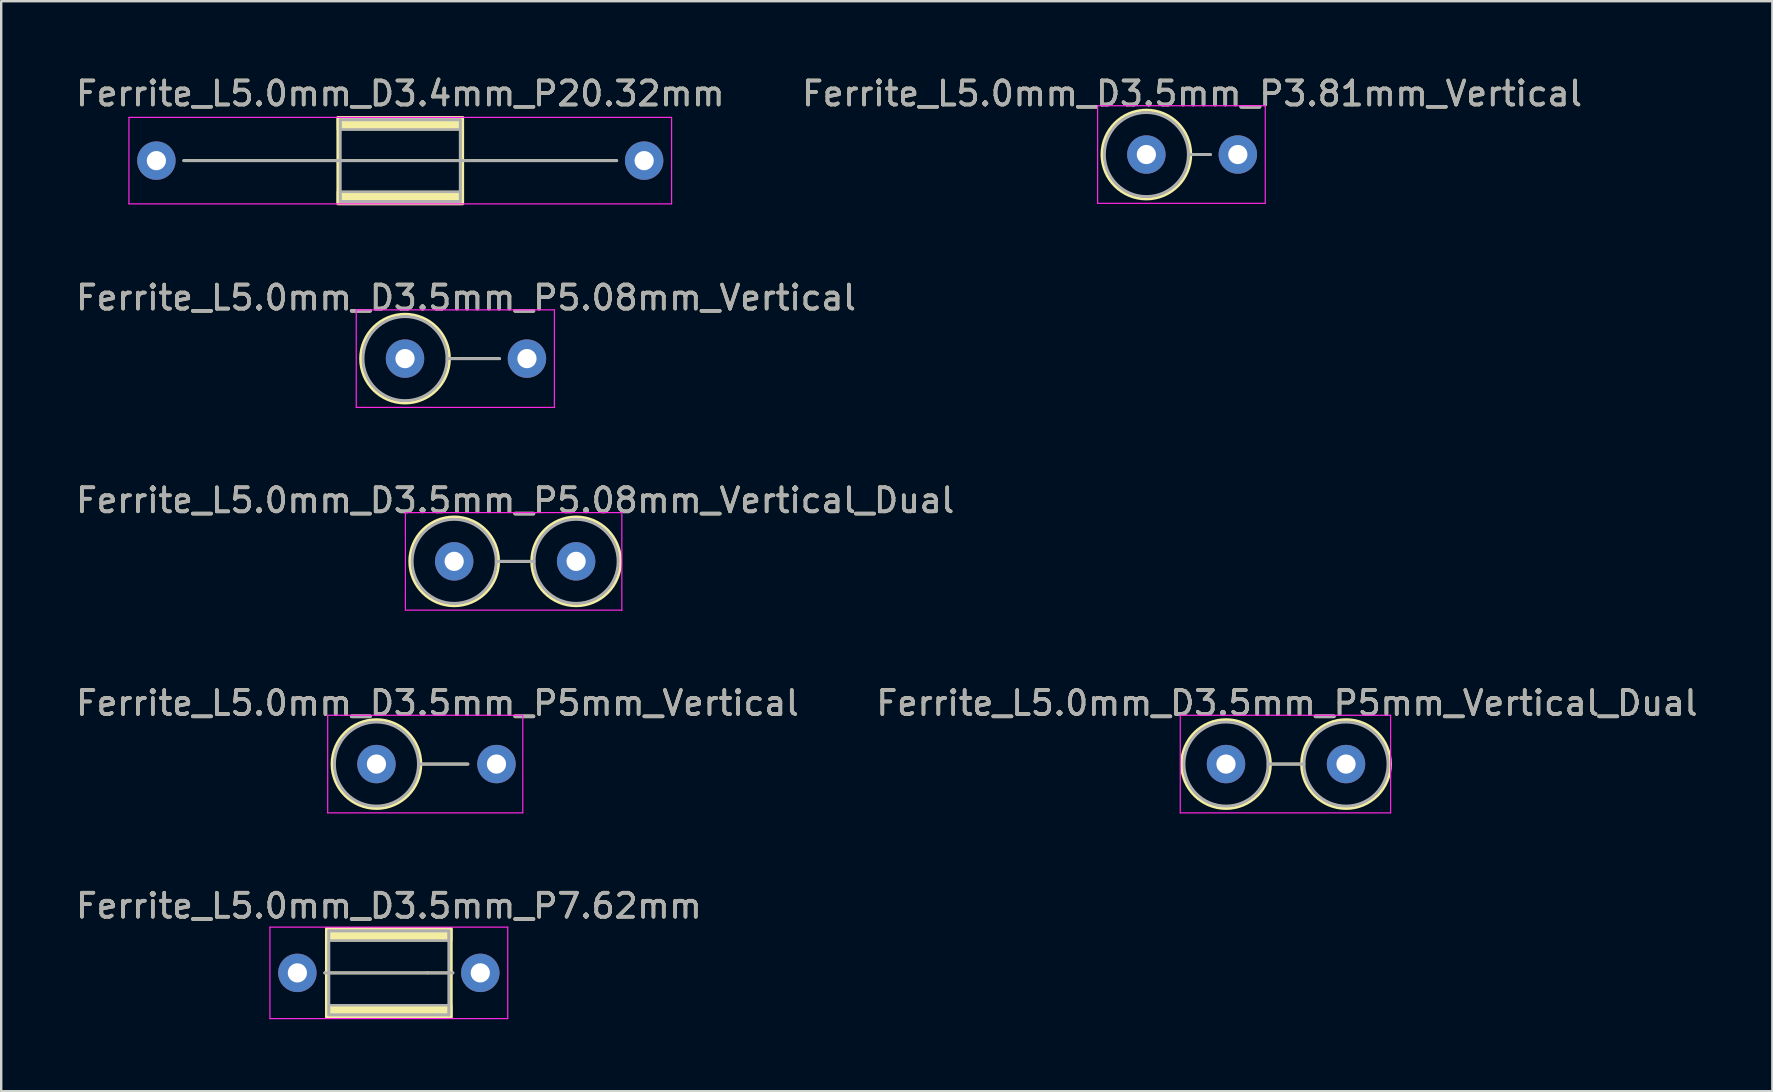
<source format=kicad_pcb>
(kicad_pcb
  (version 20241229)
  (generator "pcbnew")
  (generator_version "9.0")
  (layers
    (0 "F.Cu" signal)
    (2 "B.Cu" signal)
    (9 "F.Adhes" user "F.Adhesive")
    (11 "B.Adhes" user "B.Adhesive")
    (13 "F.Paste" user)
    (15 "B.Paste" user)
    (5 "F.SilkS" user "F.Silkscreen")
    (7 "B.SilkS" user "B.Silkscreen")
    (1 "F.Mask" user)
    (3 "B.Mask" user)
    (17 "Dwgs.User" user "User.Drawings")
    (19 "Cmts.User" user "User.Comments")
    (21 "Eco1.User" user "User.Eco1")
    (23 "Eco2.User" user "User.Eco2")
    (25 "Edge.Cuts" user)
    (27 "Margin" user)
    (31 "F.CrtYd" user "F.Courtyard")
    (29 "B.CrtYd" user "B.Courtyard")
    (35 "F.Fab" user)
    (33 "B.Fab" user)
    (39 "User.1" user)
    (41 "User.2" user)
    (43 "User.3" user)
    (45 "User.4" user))
  (footprint "Ferrite_L5.0mm_D3.5mm_P7.62mm"
    (layer "F.Cu")
    (at 9.339 37.48)
    (property "Reference" "Ferrite_L5.0mm_D3.5mm_P7.62mm" (at 3.81 -2.794 0) (layer "F.SilkS") (effects (font (size 1 1) (thickness 0.15))))
    (fp_line (start 5.424 0.000002) (end 1.143 0) (stroke (width 0.12) (type solid)) (layer "F.SilkS"))
    (fp_line (start 5.424 0.000002) (end 6.477 0) (stroke (width 0.12) (type solid)) (layer "F.SilkS"))
    (fp_rect (start 1.21 -1.85) (end 6.41 1.85) (stroke (width 0.12) (type solid)) (fill no) (layer "F.SilkS"))
    (fp_poly (pts (xy 1.21 1.35) (xy 6.41 1.35) (xy 6.41 1.85) (xy 1.21 1.85)) (stroke (width 0.1) (type solid)) (fill yes) (layer "F.SilkS"))
    (fp_poly (pts (xy 6.41 -1.35) (xy 1.21 -1.35) (xy 1.21 -1.85) (xy 6.41 -1.85)) (stroke (width 0.1) (type solid)) (fill yes) (layer "F.SilkS"))
    (fp_line (start -1.143 -1.905) (end 8.763 -1.905) (stroke (width 0.05) (type solid)) (layer "F.CrtYd"))
    (fp_line (start -1.143 1.905) (end -1.143 -1.905) (stroke (width 0.05) (type solid)) (layer "F.CrtYd"))
    (fp_line (start 8.763 -1.905) (end 8.763 1.905) (stroke (width 0.05) (type solid)) (layer "F.CrtYd"))
    (fp_line (start 8.763 1.905) (end -1.143 1.905) (stroke (width 0.05) (type solid)) (layer "F.CrtYd"))
    (fp_line (start 1.31 -1.75) (end 6.31 -1.75) (stroke (width 0.12) (type solid)) (layer "F.Fab"))
    (fp_line (start 1.31 1.75) (end 1.31 -1.75) (stroke (width 0.12) (type solid)) (layer "F.Fab"))
    (fp_line (start 5.297 0.000002) (end 1.143 0) (stroke (width 0.12) (type solid)) (layer "F.Fab"))
    (fp_line (start 5.334 0) (end 6.477 0) (stroke (width 0.12) (type solid)) (layer "F.Fab"))
    (fp_line (start 6.31 -1.75) (end 6.31 1.75) (stroke (width 0.12) (type solid)) (layer "F.Fab"))
    (fp_line (start 6.31 1.75) (end 1.31 1.75) (stroke (width 0.12) (type solid)) (layer "F.Fab"))
    (fp_poly (pts (xy 1.31 1.35) (xy 6.31 1.35) (xy 6.31 1.75) (xy 1.31 1.75)) (stroke (width 0.1) (type solid)) (fill no) (layer "F.Fab"))
    (fp_poly (pts (xy 6.31 -1.35) (xy 1.31 -1.35) (xy 1.31 -1.75) (xy 6.31 -1.75)) (stroke (width 0.1) (type solid)) (fill no) (layer "F.Fab"))
    (fp_text user "${REFERENCE}" (at 3.81 -2.793 0) (layer "F.Fab") (effects (font (size 1 1) (thickness 0.15))))
    (pad "1" thru_hole circle (at 0 0) (size 1.6 1.6) (drill 0.8) (layers "*.Cu" "*.Mask"))
    (pad "2" thru_hole circle (at 7.62 0) (size 1.6 1.6) (drill 0.8) (layers "*.Cu" "*.Mask")))
  (footprint "Ferrite_L5.0mm_D3.5mm_P5.08mm_Vertical_Dual"
    (layer "F.Cu")
    (at 15.871 20.336)
    (property "Reference" "Ferrite_L5.0mm_D3.5mm_P5.08mm_Vertical_Dual" (at 2.54 -2.54 0) (layer "F.SilkS") (effects (font (size 1 1) (thickness 0.15))))
    (fp_line (start 1.85 0) (end 3.23 0) (stroke (width 0.12) (type solid)) (layer "F.SilkS"))
    (fp_circle (center 0 0) (end 0 -1.85) (stroke (width 0.12) (type solid)) (fill no) (layer "F.SilkS"))
    (fp_circle (center 5.08 0) (end 5.08 -1.85) (stroke (width 0.12) (type solid)) (fill no) (layer "F.SilkS"))
    (fp_line (start -2.032 -2.032) (end 6.985 -2.032) (stroke (width 0.05) (type solid)) (layer "F.CrtYd"))
    (fp_line (start -2.032 2.032) (end -2.032 -2.032) (stroke (width 0.05) (type solid)) (layer "F.CrtYd"))
    (fp_line (start 6.985 -2.032) (end 6.985 2.032) (stroke (width 0.05) (type solid)) (layer "F.CrtYd"))
    (fp_line (start 6.985 2.032) (end -2.032 2.032) (stroke (width 0.05) (type solid)) (layer "F.CrtYd"))
    (fp_line (start 1.75 0) (end 3.33 0) (stroke (width 0.12) (type solid)) (layer "F.Fab"))
    (fp_circle (center 0 0) (end 0 -1.75) (stroke (width 0.12) (type solid)) (fill no) (layer "F.Fab"))
    (fp_circle (center 5.08 0) (end 5.08 -1.75) (stroke (width 0.12) (type solid)) (fill no) (layer "F.Fab"))
    (fp_text user "${REFERENCE}" (at 2.54 -2.539 0) (layer "F.Fab") (effects (font (size 1 1) (thickness 0.15))))
    (pad "1" thru_hole circle (at 0 0) (size 1.6 1.6) (drill 0.8) (layers "*.Cu" "*.Mask"))
    (pad "2" thru_hole circle (at 5.08 0) (size 1.6 1.6) (drill 0.8) (layers "*.Cu" "*.Mask")))
  (footprint "Ferrite_L5.0mm_D3.4mm_P20.32mm"
    (layer "F.Cu")
    (at 3.465 3.642)
    (property "Reference" "Ferrite_L5.0mm_D3.4mm_P20.32mm" (at 10.16 -2.794 0) (layer "F.SilkS") (effects (font (size 1 1) (thickness 0.15))))
    (fp_line (start 11.774 0.000002) (end 1.143 0) (stroke (width 0.12) (type solid)) (layer "F.SilkS"))
    (fp_line (start 11.774 0.000002) (end 19.177 0) (stroke (width 0.12) (type solid)) (layer "F.SilkS"))
    (fp_rect (start 7.56 -1.8) (end 12.76 1.8) (stroke (width 0.12) (type solid)) (fill no) (layer "F.SilkS"))
    (fp_poly (pts (xy 7.56 1.3) (xy 12.76 1.3) (xy 12.76 1.8) (xy 7.56 1.8)) (stroke (width 0.1) (type solid)) (fill yes) (layer "F.SilkS"))
    (fp_poly (pts (xy 12.76 -1.3) (xy 7.56 -1.3) (xy 7.56 -1.8) (xy 12.76 -1.8)) (stroke (width 0.1) (type solid)) (fill yes) (layer "F.SilkS"))
    (fp_line (start -1.143 -1.8) (end 21.463 -1.8) (stroke (width 0.05) (type solid)) (layer "F.CrtYd"))
    (fp_line (start -1.143 1.8) (end -1.143 -1.8) (stroke (width 0.05) (type solid)) (layer "F.CrtYd"))
    (fp_line (start 21.463 -1.8) (end 21.463 1.8) (stroke (width 0.05) (type solid)) (layer "F.CrtYd"))
    (fp_line (start 21.463 1.8) (end -1.143 1.8) (stroke (width 0.05) (type solid)) (layer "F.CrtYd"))
    (fp_line (start 7.66 -1.7) (end 12.66 -1.7) (stroke (width 0.12) (type solid)) (layer "F.Fab"))
    (fp_line (start 7.66 1.7) (end 7.66 -1.7) (stroke (width 0.12) (type solid)) (layer "F.Fab"))
    (fp_line (start 11.774 0.000002) (end 1.143 0) (stroke (width 0.12) (type solid)) (layer "F.Fab"))
    (fp_line (start 11.774 0.000002) (end 19.177 0) (stroke (width 0.12) (type solid)) (layer "F.Fab"))
    (fp_line (start 12.66 -1.7) (end 12.66 1.7) (stroke (width 0.12) (type solid)) (layer "F.Fab"))
    (fp_line (start 12.66 1.7) (end 7.66 1.7) (stroke (width 0.12) (type solid)) (layer "F.Fab"))
    (fp_poly (pts (xy 7.66 1.3) (xy 12.66 1.3) (xy 12.66 1.7) (xy 7.66 1.7)) (stroke (width 0.1) (type solid)) (fill no) (layer "F.Fab"))
    (fp_poly (pts (xy 12.66 -1.3) (xy 7.66 -1.3) (xy 7.66 -1.7) (xy 12.66 -1.7)) (stroke (width 0.1) (type solid)) (fill no) (layer "F.Fab"))
    (fp_text user "${REFERENCE}" (at 10.16 -2.793 0) (layer "F.Fab") (effects (font (size 1 1) (thickness 0.15))))
    (pad "1" thru_hole circle (at 0 0) (size 1.6 1.6) (drill 0.8) (layers "*.Cu" "*.Mask"))
    (pad "2" thru_hole circle (at 20.32 0) (size 1.6 1.6) (drill 0.8) (layers "*.Cu" "*.Mask")))
  (footprint "Ferrite_L5.0mm_D3.5mm_P5.08mm_Vertical"
    (layer "F.Cu")
    (at 13.823 11.89)
    (property "Reference" "Ferrite_L5.0mm_D3.5mm_P5.08mm_Vertical" (at 2.54 -2.54 0) (layer "F.SilkS") (effects (font (size 1 1) (thickness 0.15))))
    (fp_line (start 1.85 0) (end 3.937 0) (stroke (width 0.12) (type solid)) (layer "F.SilkS"))
    (fp_circle (center 0 0) (end 0 -1.85) (stroke (width 0.12) (type solid)) (fill no) (layer "F.SilkS"))
    (fp_line (start -2.032 -2.032) (end 6.223 -2.032) (stroke (width 0.05) (type solid)) (layer "F.CrtYd"))
    (fp_line (start -2.032 2.032) (end -2.032 -2.032) (stroke (width 0.05) (type solid)) (layer "F.CrtYd"))
    (fp_line (start 6.223 -2.032) (end 6.223 2.032) (stroke (width 0.05) (type solid)) (layer "F.CrtYd"))
    (fp_line (start 6.223 2.032) (end -2.032 2.032) (stroke (width 0.05) (type solid)) (layer "F.CrtYd"))
    (fp_line (start 1.75 0) (end 3.937 0) (stroke (width 0.12) (type solid)) (layer "F.Fab"))
    (fp_circle (center 0 0) (end 0 -1.75) (stroke (width 0.12) (type solid)) (fill no) (layer "F.Fab"))
    (fp_text user "${REFERENCE}" (at 2.54 -2.539 0) (layer "F.Fab") (effects (font (size 1 1) (thickness 0.15))))
    (pad "1" thru_hole circle (at 0 0) (size 1.6 1.6) (drill 0.8) (layers "*.Cu" "*.Mask"))
    (pad "2" thru_hole circle (at 5.08 0) (size 1.6 1.6) (drill 0.8) (layers "*.Cu" "*.Mask")))
  (footprint "Ferrite_L5.0mm_D3.5mm_P5mm_Vertical_Dual"
    (layer "F.Cu")
    (at 48.025 28.781)
    (property "Reference" "Ferrite_L5.0mm_D3.5mm_P5mm_Vertical_Dual" (at 2.54 -2.54 0) (layer "F.SilkS") (effects (font (size 1 1) (thickness 0.15))))
    (fp_line (start 1.85 0) (end 3.15 0) (stroke (width 0.12) (type solid)) (layer "F.SilkS"))
    (fp_circle (center 0 0) (end 0 -1.85) (stroke (width 0.12) (type solid)) (fill no) (layer "F.SilkS"))
    (fp_circle (center 5 0) (end 5 -1.85) (stroke (width 0.12) (type solid)) (fill no) (layer "F.SilkS"))
    (fp_line (start -1.905 -2.032) (end 6.858 -2.032) (stroke (width 0.05) (type solid)) (layer "F.CrtYd"))
    (fp_line (start -1.905 2.032) (end -1.905 -2.032) (stroke (width 0.05) (type solid)) (layer "F.CrtYd"))
    (fp_line (start 6.858 -2.032) (end 6.858 2.032) (stroke (width 0.05) (type solid)) (layer "F.CrtYd"))
    (fp_line (start 6.858 2.032) (end -1.905 2.032) (stroke (width 0.05) (type solid)) (layer "F.CrtYd"))
    (fp_line (start 1.75 0) (end 3.25 0) (stroke (width 0.12) (type solid)) (layer "F.Fab"))
    (fp_circle (center 0 0) (end 0 -1.75) (stroke (width 0.12) (type solid)) (fill no) (layer "F.Fab"))
    (fp_circle (center 5 0) (end 5 -1.75) (stroke (width 0.12) (type solid)) (fill no) (layer "F.Fab"))
    (fp_text user "${REFERENCE}" (at 2.54 -2.539 0) (layer "F.Fab") (effects (font (size 1 1) (thickness 0.15))))
    (pad "1" thru_hole circle (at 0 0) (size 1.6 1.6) (drill 0.8) (layers "*.Cu" "*.Mask"))
    (pad "2" thru_hole circle (at 5 0) (size 1.6 1.6) (drill 0.8) (layers "*.Cu" "*.Mask")))
  (footprint "Ferrite_L5.0mm_D3.5mm_P3.81mm_Vertical"
    (layer "F.Cu")
    (at 44.708 3.388)
    (property "Reference" "Ferrite_L5.0mm_D3.5mm_P3.81mm_Vertical" (at 1.905 -2.54 0) (layer "F.SilkS") (effects (font (size 1 1) (thickness 0.15))))
    (fp_line (start 1.85 0) (end 2.667 0) (stroke (width 0.12) (type solid)) (layer "F.SilkS"))
    (fp_circle (center 0 0) (end 0 -1.85) (stroke (width 0.12) (type solid)) (fill no) (layer "F.SilkS"))
    (fp_line (start -2.032 -2.032) (end 4.953 -2.032) (stroke (width 0.05) (type solid)) (layer "F.CrtYd"))
    (fp_line (start -2.032 2.032) (end -2.032 -2.032) (stroke (width 0.05) (type solid)) (layer "F.CrtYd"))
    (fp_line (start 4.953 -2.032) (end 4.953 2.032) (stroke (width 0.05) (type solid)) (layer "F.CrtYd"))
    (fp_line (start 4.953 2.032) (end -2.032 2.032) (stroke (width 0.05) (type solid)) (layer "F.CrtYd"))
    (fp_line (start 1.75 0) (end 2.667 0) (stroke (width 0.12) (type solid)) (layer "F.Fab"))
    (fp_circle (center 0 0) (end 0 -1.75) (stroke (width 0.12) (type solid)) (fill no) (layer "F.Fab"))
    (fp_text user "${REFERENCE}" (at 1.905 -2.539 0) (layer "F.Fab") (effects (font (size 1 1) (thickness 0.15))))
    (pad "1" thru_hole circle (at 0 0) (size 1.6 1.6) (drill 0.8) (layers "*.Cu" "*.Mask"))
    (pad "2" thru_hole circle (at 3.81 0) (size 1.6 1.6) (drill 0.8) (layers "*.Cu" "*.Mask")))
  (footprint "Ferrite_L5.0mm_D3.5mm_P5mm_Vertical"
    (layer "F.Cu")
    (at 12.633 28.781)
    (property "Reference" "Ferrite_L5.0mm_D3.5mm_P5mm_Vertical" (at 2.54 -2.54 0) (layer "F.SilkS") (effects (font (size 1 1) (thickness 0.15))))
    (fp_line (start 1.85 0) (end 3.81 0) (stroke (width 0.12) (type solid)) (layer "F.SilkS"))
    (fp_circle (center 0 0) (end 0 -1.85) (stroke (width 0.12) (type solid)) (fill no) (layer "F.SilkS"))
    (fp_line (start -2.032 -2.032) (end 6.096 -2.032) (stroke (width 0.05) (type solid)) (layer "F.CrtYd"))
    (fp_line (start -2.032 2.032) (end -2.032 -2.032) (stroke (width 0.05) (type solid)) (layer "F.CrtYd"))
    (fp_line (start 6.096 -2.032) (end 6.096 2.032) (stroke (width 0.05) (type solid)) (layer "F.CrtYd"))
    (fp_line (start 6.096 2.032) (end -2.032 2.032) (stroke (width 0.05) (type solid)) (layer "F.CrtYd"))
    (fp_line (start 1.75 0) (end 3.81 0) (stroke (width 0.12) (type solid)) (layer "F.Fab"))
    (fp_circle (center 0 0) (end 0 -1.75) (stroke (width 0.12) (type solid)) (fill no) (layer "F.Fab"))
    (fp_text user "${REFERENCE}" (at 2.54 -2.539 0) (layer "F.Fab") (effects (font (size 1 1) (thickness 0.15))))
    (pad "1" thru_hole circle (at 0 0) (size 1.6 1.6) (drill 0.8) (layers "*.Cu" "*.Mask"))
    (pad "2" thru_hole circle (at 5 0) (size 1.6 1.6) (drill 0.8) (layers "*.Cu" "*.Mask")))
  (gr_rect
    (start -3 -3)
    (end 70.786 42.41)
    (stroke (width 0.1) (type default))
    (fill no)
    (layer "Edge.Cuts")))
</source>
